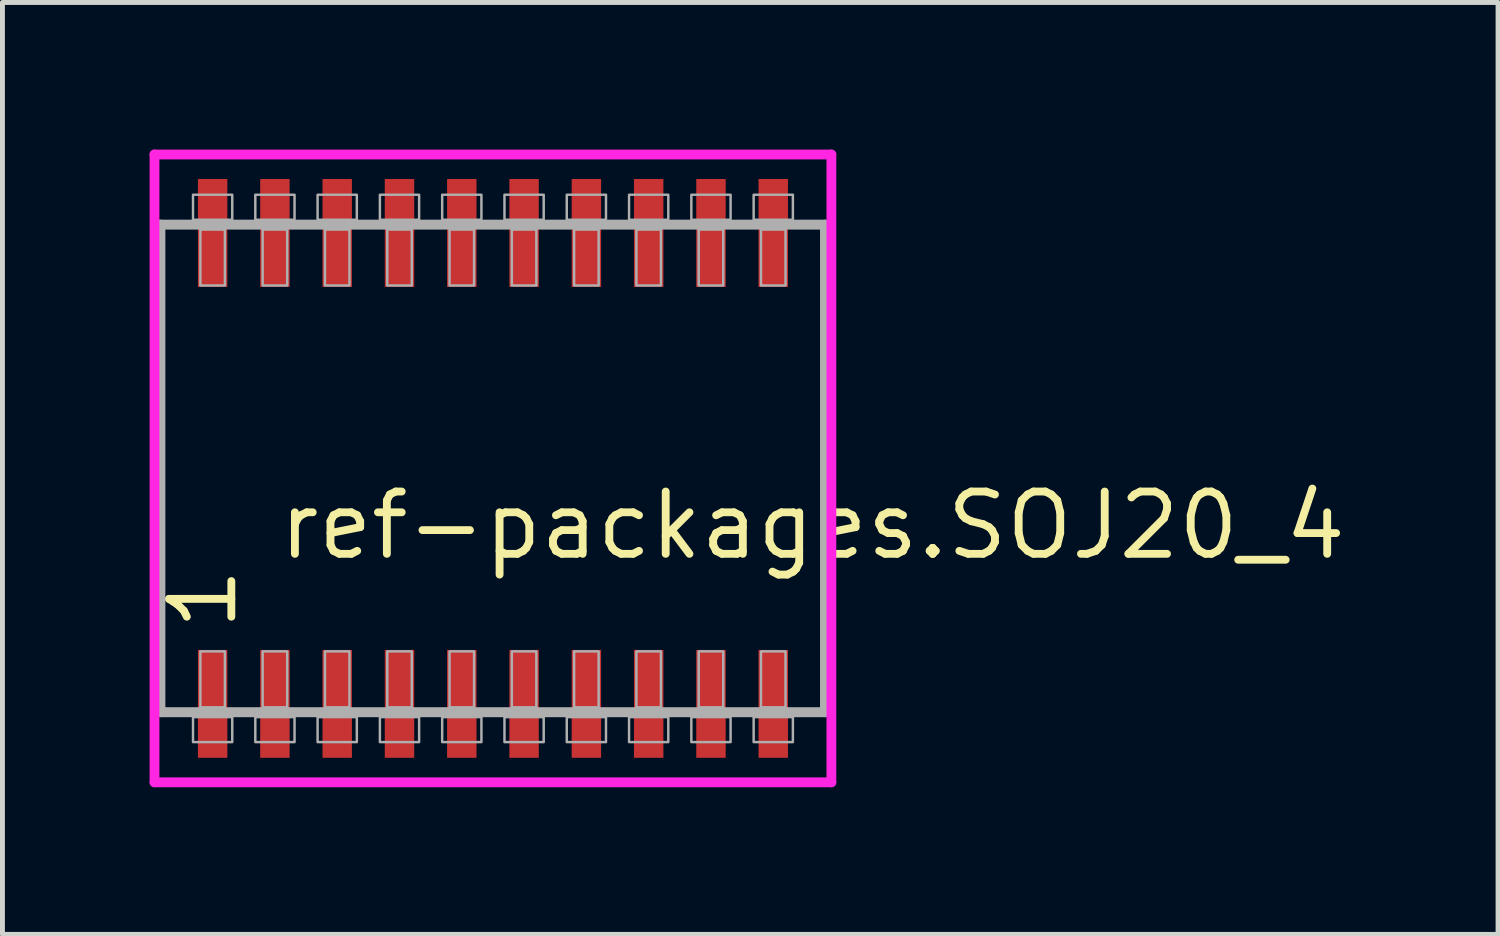
<source format=kicad_pcb>
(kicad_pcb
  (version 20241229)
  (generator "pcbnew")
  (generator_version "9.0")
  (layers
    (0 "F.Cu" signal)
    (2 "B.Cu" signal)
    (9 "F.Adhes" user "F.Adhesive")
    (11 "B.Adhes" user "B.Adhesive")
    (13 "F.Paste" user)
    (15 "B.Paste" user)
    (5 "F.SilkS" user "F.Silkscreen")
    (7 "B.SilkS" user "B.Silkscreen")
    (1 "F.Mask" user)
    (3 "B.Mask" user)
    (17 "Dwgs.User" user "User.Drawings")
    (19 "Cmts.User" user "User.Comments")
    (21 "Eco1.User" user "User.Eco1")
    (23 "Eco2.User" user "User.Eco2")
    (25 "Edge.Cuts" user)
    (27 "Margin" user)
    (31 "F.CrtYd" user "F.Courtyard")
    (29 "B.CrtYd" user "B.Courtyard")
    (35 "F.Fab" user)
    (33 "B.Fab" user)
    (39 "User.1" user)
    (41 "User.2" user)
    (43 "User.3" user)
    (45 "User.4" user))
  (footprint "ref-packages.SOJ20_4"
    (layer "F.Cu")
    (at 7 6.5)
    (property "Reference" "ref-packages.SOJ20_4" (at -4.445 1.905 0) (layer "F.SilkS") (effects (font (size 1.27 1.27) (thickness 0.16)) (justify left bottom)))
    (attr smd)
    (fp_line (start -6.9 -6.4) (end 6.9 -6.4) (stroke (width 0.2) (type default)) (layer "F.CrtYd"))
    (fp_line (start -6.9 6.4) (end -6.9 -6.4) (stroke (width 0.2) (type default)) (layer "F.CrtYd"))
    (fp_line (start 6.9 -6.4) (end 6.9 6.4) (stroke (width 0.2) (type default)) (layer "F.CrtYd"))
    (fp_line (start 6.9 6.4) (end -6.9 6.4) (stroke (width 0.2) (type default)) (layer "F.CrtYd"))
    (fp_line (start -6.78 -4.97) (end 6.77 -4.97) (stroke (width 0.203) (type default)) (layer "F.Fab"))
    (fp_line (start -6.78 4.97) (end -6.78 -4.97) (stroke (width 0.203) (type default)) (layer "F.Fab"))
    (fp_line (start 6.77 -4.97) (end 6.77 4.97) (stroke (width 0.203) (type default)) (layer "F.Fab"))
    (fp_line (start 6.77 4.97) (end -6.78 4.97) (stroke (width 0.203) (type default)) (layer "F.Fab"))
    (fp_rect (start -6.115 -5.07) (end -5.315 -5.58) (stroke (width 0.05) (type default)) (fill no) (layer "F.Fab"))
    (fp_rect (start -6.115 5.58) (end -5.315 5.07) (stroke (width 0.05) (type default)) (fill no) (layer "F.Fab"))
    (fp_rect (start -5.965 -3.73) (end -5.465 -4.87) (stroke (width 0.05) (type default)) (fill no) (layer "F.Fab"))
    (fp_rect (start -5.965 4.87) (end -5.465 3.73) (stroke (width 0.05) (type default)) (fill no) (layer "F.Fab"))
    (fp_rect (start -4.845 -5.07) (end -4.045 -5.58) (stroke (width 0.05) (type default)) (fill no) (layer "F.Fab"))
    (fp_rect (start -4.845 5.58) (end -4.045 5.07) (stroke (width 0.05) (type default)) (fill no) (layer "F.Fab"))
    (fp_rect (start -4.695 -3.73) (end -4.195 -4.87) (stroke (width 0.05) (type default)) (fill no) (layer "F.Fab"))
    (fp_rect (start -4.695 4.87) (end -4.195 3.73) (stroke (width 0.05) (type default)) (fill no) (layer "F.Fab"))
    (fp_rect (start -3.575 -5.07) (end -2.775 -5.58) (stroke (width 0.05) (type default)) (fill no) (layer "F.Fab"))
    (fp_rect (start -3.575 5.58) (end -2.775 5.07) (stroke (width 0.05) (type default)) (fill no) (layer "F.Fab"))
    (fp_rect (start -3.425 -3.73) (end -2.925 -4.87) (stroke (width 0.05) (type default)) (fill no) (layer "F.Fab"))
    (fp_rect (start -3.425 4.87) (end -2.925 3.73) (stroke (width 0.05) (type default)) (fill no) (layer "F.Fab"))
    (fp_rect (start -2.305 -5.07) (end -1.505 -5.58) (stroke (width 0.05) (type default)) (fill no) (layer "F.Fab"))
    (fp_rect (start -2.305 5.58) (end -1.505 5.07) (stroke (width 0.05) (type default)) (fill no) (layer "F.Fab"))
    (fp_rect (start -2.155 -3.73) (end -1.655 -4.87) (stroke (width 0.05) (type default)) (fill no) (layer "F.Fab"))
    (fp_rect (start -2.155 4.87) (end -1.655 3.73) (stroke (width 0.05) (type default)) (fill no) (layer "F.Fab"))
    (fp_rect (start -1.035 -5.07) (end -0.235 -5.58) (stroke (width 0.05) (type default)) (fill no) (layer "F.Fab"))
    (fp_rect (start -1.035 5.58) (end -0.235 5.07) (stroke (width 0.05) (type default)) (fill no) (layer "F.Fab"))
    (fp_rect (start -0.885 -3.73) (end -0.385 -4.87) (stroke (width 0.05) (type default)) (fill no) (layer "F.Fab"))
    (fp_rect (start -0.885 4.87) (end -0.385 3.73) (stroke (width 0.05) (type default)) (fill no) (layer "F.Fab"))
    (fp_rect (start 0.235 -5.07) (end 1.035 -5.58) (stroke (width 0.05) (type default)) (fill no) (layer "F.Fab"))
    (fp_rect (start 0.235 5.58) (end 1.035 5.07) (stroke (width 0.05) (type default)) (fill no) (layer "F.Fab"))
    (fp_rect (start 0.385 -3.73) (end 0.885 -4.87) (stroke (width 0.05) (type default)) (fill no) (layer "F.Fab"))
    (fp_rect (start 0.385 4.87) (end 0.885 3.73) (stroke (width 0.05) (type default)) (fill no) (layer "F.Fab"))
    (fp_rect (start 1.505 -5.07) (end 2.305 -5.58) (stroke (width 0.05) (type default)) (fill no) (layer "F.Fab"))
    (fp_rect (start 1.505 5.58) (end 2.305 5.07) (stroke (width 0.05) (type default)) (fill no) (layer "F.Fab"))
    (fp_rect (start 1.655 -3.73) (end 2.155 -4.87) (stroke (width 0.05) (type default)) (fill no) (layer "F.Fab"))
    (fp_rect (start 1.655 4.87) (end 2.155 3.73) (stroke (width 0.05) (type default)) (fill no) (layer "F.Fab"))
    (fp_rect (start 2.775 -5.07) (end 3.575 -5.58) (stroke (width 0.05) (type default)) (fill no) (layer "F.Fab"))
    (fp_rect (start 2.775 5.58) (end 3.575 5.07) (stroke (width 0.05) (type default)) (fill no) (layer "F.Fab"))
    (fp_rect (start 2.925 -3.73) (end 3.425 -4.87) (stroke (width 0.05) (type default)) (fill no) (layer "F.Fab"))
    (fp_rect (start 2.925 4.87) (end 3.425 3.73) (stroke (width 0.05) (type default)) (fill no) (layer "F.Fab"))
    (fp_rect (start 4.045 -5.07) (end 4.845 -5.58) (stroke (width 0.05) (type default)) (fill no) (layer "F.Fab"))
    (fp_rect (start 4.045 5.58) (end 4.845 5.07) (stroke (width 0.05) (type default)) (fill no) (layer "F.Fab"))
    (fp_rect (start 4.195 -3.73) (end 4.695 -4.87) (stroke (width 0.05) (type default)) (fill no) (layer "F.Fab"))
    (fp_rect (start 4.195 4.87) (end 4.695 3.73) (stroke (width 0.05) (type default)) (fill no) (layer "F.Fab"))
    (fp_rect (start 5.315 -5.07) (end 6.115 -5.58) (stroke (width 0.05) (type default)) (fill no) (layer "F.Fab"))
    (fp_rect (start 5.315 5.58) (end 6.115 5.07) (stroke (width 0.05) (type default)) (fill no) (layer "F.Fab"))
    (fp_rect (start 5.465 -3.73) (end 5.965 -4.87) (stroke (width 0.05) (type default)) (fill no) (layer "F.Fab"))
    (fp_rect (start 5.465 4.87) (end 5.965 3.73) (stroke (width 0.05) (type default)) (fill no) (layer "F.Fab"))
    (fp_text user "1" (at -5.17 3.37 90) (layer "F.SilkS") (effects (font (size 1.27 1.27) (thickness 0.16)) (justify left bottom)))
    (pad "1" smd roundrect (at -5.715 4.8) (size 0.6 2.2) (layers "F.Cu" "F.Mask" "F.Paste") (roundrect_rratio 0.01))
    (pad "2" smd roundrect (at -4.445 4.8) (size 0.6 2.2) (layers "F.Cu" "F.Mask" "F.Paste") (roundrect_rratio 0.01))
    (pad "3" smd roundrect (at -3.175 4.8) (size 0.6 2.2) (layers "F.Cu" "F.Mask" "F.Paste") (roundrect_rratio 0.01))
    (pad "4" smd roundrect (at -1.905 4.8) (size 0.6 2.2) (layers "F.Cu" "F.Mask" "F.Paste") (roundrect_rratio 0.01))
    (pad "5" smd roundrect (at -0.635 4.8) (size 0.6 2.2) (layers "F.Cu" "F.Mask" "F.Paste") (roundrect_rratio 0.01))
    (pad "6" smd roundrect (at 0.635 4.8) (size 0.6 2.2) (layers "F.Cu" "F.Mask" "F.Paste") (roundrect_rratio 0.01))
    (pad "7" smd roundrect (at 1.905 4.8) (size 0.6 2.2) (layers "F.Cu" "F.Mask" "F.Paste") (roundrect_rratio 0.01))
    (pad "8" smd roundrect (at 3.175 4.8) (size 0.6 2.2) (layers "F.Cu" "F.Mask" "F.Paste") (roundrect_rratio 0.01))
    (pad "9" smd roundrect (at 4.445 4.8) (size 0.6 2.2) (layers "F.Cu" "F.Mask" "F.Paste") (roundrect_rratio 0.01))
    (pad "10" smd roundrect (at 5.715 4.8) (size 0.6 2.2) (layers "F.Cu" "F.Mask" "F.Paste") (roundrect_rratio 0.01))
    (pad "11" smd roundrect (at 5.715 -4.8) (size 0.6 2.2) (layers "F.Cu" "F.Mask" "F.Paste") (roundrect_rratio 0.01))
    (pad "12" smd roundrect (at 4.445 -4.8) (size 0.6 2.2) (layers "F.Cu" "F.Mask" "F.Paste") (roundrect_rratio 0.01))
    (pad "13" smd roundrect (at 3.175 -4.8) (size 0.6 2.2) (layers "F.Cu" "F.Mask" "F.Paste") (roundrect_rratio 0.01))
    (pad "14" smd roundrect (at 1.905 -4.8) (size 0.6 2.2) (layers "F.Cu" "F.Mask" "F.Paste") (roundrect_rratio 0.01))
    (pad "15" smd roundrect (at 0.635 -4.8) (size 0.6 2.2) (layers "F.Cu" "F.Mask" "F.Paste") (roundrect_rratio 0.01))
    (pad "16" smd roundrect (at -0.635 -4.8) (size 0.6 2.2) (layers "F.Cu" "F.Mask" "F.Paste") (roundrect_rratio 0.01))
    (pad "17" smd roundrect (at -1.905 -4.8) (size 0.6 2.2) (layers "F.Cu" "F.Mask" "F.Paste") (roundrect_rratio 0.01))
    (pad "18" smd roundrect (at -3.175 -4.8) (size 0.6 2.2) (layers "F.Cu" "F.Mask" "F.Paste") (roundrect_rratio 0.01))
    (pad "19" smd roundrect (at -4.445 -4.8) (size 0.6 2.2) (layers "F.Cu" "F.Mask" "F.Paste") (roundrect_rratio 0.01))
    (pad "20" smd roundrect (at -5.715 -4.8) (size 0.6 2.2) (layers "F.Cu" "F.Mask" "F.Paste") (roundrect_rratio 0.01)))
  (gr_rect
    (start -3 -3)
    (end 27.492 16)
    (stroke (width 0.1) (type default))
    (fill no)
    (layer "Edge.Cuts")))
</source>
